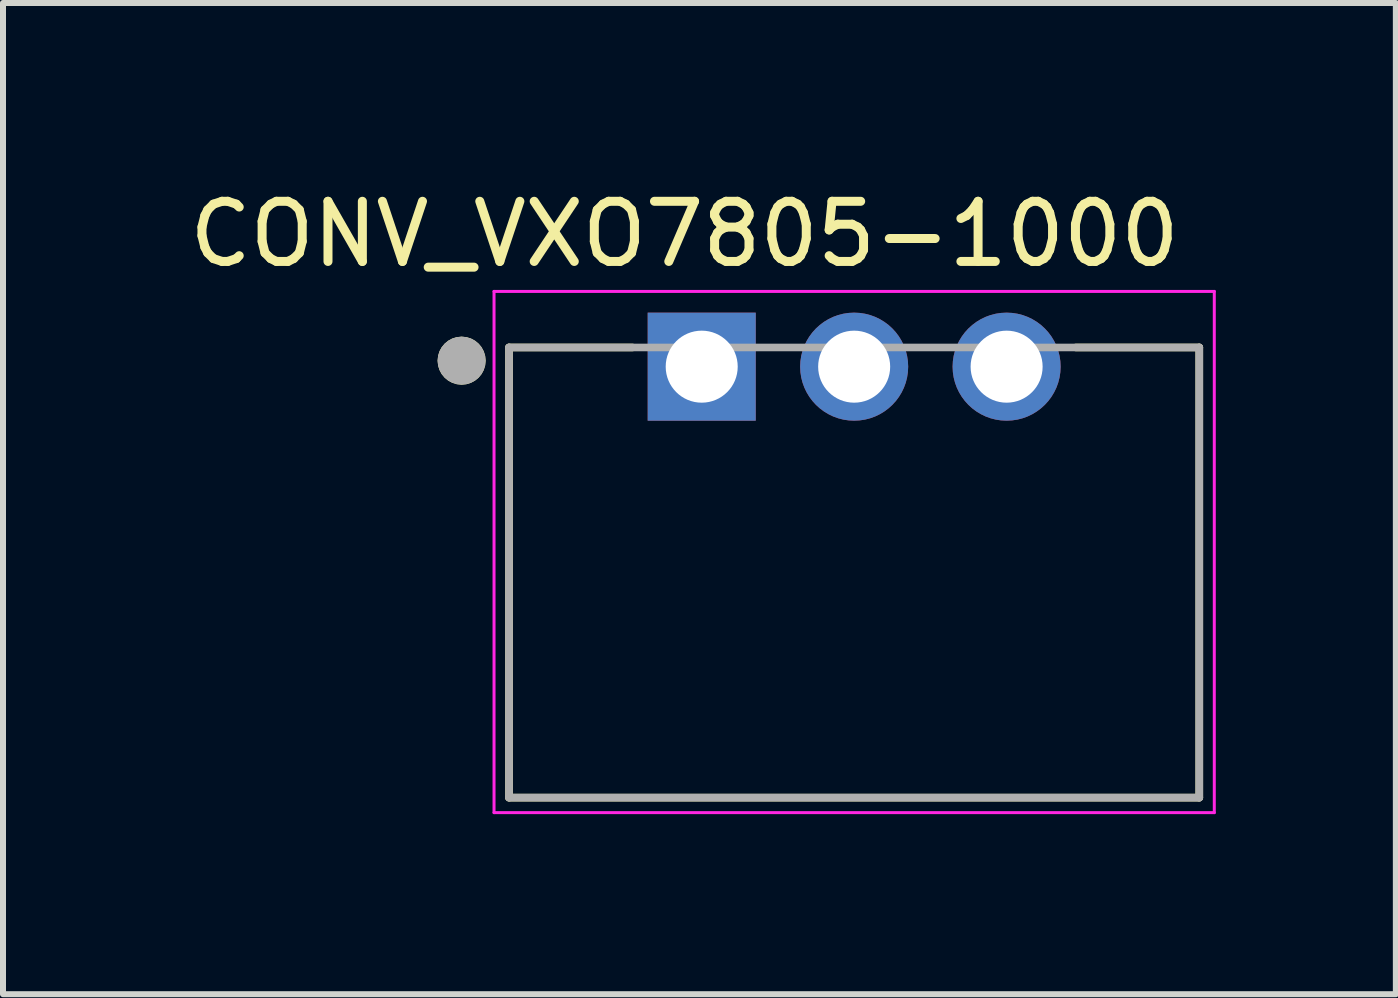
<source format=kicad_pcb>
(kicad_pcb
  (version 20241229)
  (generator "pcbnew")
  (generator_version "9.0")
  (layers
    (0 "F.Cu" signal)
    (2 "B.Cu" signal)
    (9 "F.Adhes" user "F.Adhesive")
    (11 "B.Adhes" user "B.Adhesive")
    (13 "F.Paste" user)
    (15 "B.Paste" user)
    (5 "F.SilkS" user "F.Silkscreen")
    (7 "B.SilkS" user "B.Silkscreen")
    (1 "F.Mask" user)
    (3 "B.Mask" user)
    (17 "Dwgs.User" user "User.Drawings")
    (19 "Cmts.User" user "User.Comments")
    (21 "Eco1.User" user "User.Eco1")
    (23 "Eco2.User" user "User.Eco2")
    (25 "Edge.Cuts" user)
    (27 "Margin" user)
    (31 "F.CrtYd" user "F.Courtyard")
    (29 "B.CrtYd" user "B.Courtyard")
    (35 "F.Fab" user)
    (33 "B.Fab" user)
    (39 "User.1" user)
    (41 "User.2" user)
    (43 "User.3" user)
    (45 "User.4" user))
  (footprint "CONV_VXO7805-1000"
    (layer "F.Cu")
    (at 8.641 3.059)
    (property "Reference" "CONV_VXO7805-1000" (at -0.286 -2.209 0) (layer "F.SilkS") (effects (font (size 1.002 1.002) (thickness 0.15))))
    (attr through_hole)
    (fp_line (start -3.21 -0.32) (end -1.154 -0.32) (stroke (width 0.127) (type solid)) (layer "F.SilkS"))
    (fp_line (start -3.21 7.18) (end -3.21 -0.32) (stroke (width 0.127) (type solid)) (layer "F.SilkS"))
    (fp_line (start 8.29 -0.32) (end 6.234 -0.32) (stroke (width 0.127) (type solid)) (layer "F.SilkS"))
    (fp_line (start 8.29 -0.32) (end 8.29 7.18) (stroke (width 0.127) (type solid)) (layer "F.SilkS"))
    (fp_line (start 8.29 7.18) (end -3.21 7.18) (stroke (width 0.127) (type solid)) (layer "F.SilkS"))
    (fp_circle (center -4 -0.1) (end -3.8 -0.1) (stroke (width 0.4) (type solid)) (fill no) (layer "F.SilkS"))
    (fp_line (start -3.46 -1.254) (end 8.54 -1.254) (stroke (width 0.05) (type solid)) (layer "F.CrtYd"))
    (fp_line (start -3.46 7.43) (end -3.46 -1.254) (stroke (width 0.05) (type solid)) (layer "F.CrtYd"))
    (fp_line (start 8.54 -1.254) (end 8.54 7.43) (stroke (width 0.05) (type solid)) (layer "F.CrtYd"))
    (fp_line (start 8.54 7.43) (end -3.46 7.43) (stroke (width 0.05) (type solid)) (layer "F.CrtYd"))
    (fp_line (start -3.21 -0.32) (end 8.29 -0.32) (stroke (width 0.127) (type solid)) (layer "F.Fab"))
    (fp_line (start -3.21 7.18) (end -3.21 -0.32) (stroke (width 0.127) (type solid)) (layer "F.Fab"))
    (fp_line (start 8.29 -0.32) (end 8.29 7.18) (stroke (width 0.127) (type solid)) (layer "F.Fab"))
    (fp_line (start 8.29 7.18) (end -3.21 7.18) (stroke (width 0.127) (type solid)) (layer "F.Fab"))
    (fp_circle (center -4 -0.1) (end -3.8 -0.1) (stroke (width 0.4) (type solid)) (fill no) (layer "F.Fab"))
    (fp_circle (center 0.01 -0.01) (end 0.21 -0.01) (stroke (width 0.4) (type solid)) (fill no) (layer "F.Fab"))
    (pad "1" thru_hole rect (at 0 0) (size 1.8 1.8) (drill 1.2) (layers "*.Cu" "*.Mask"))
    (pad "2" thru_hole circle (at 2.54 0) (size 1.8 1.8) (drill 1.2) (layers "*.Cu" "*.Mask"))
    (pad "3" thru_hole circle (at 5.08 0) (size 1.8 1.8) (drill 1.2) (layers "*.Cu" "*.Mask")))
  (gr_rect
    (start -3 -3)
    (end 20.206 13.514)
    (stroke (width 0.1) (type default))
    (fill no)
    (layer "Edge.Cuts")))
</source>
